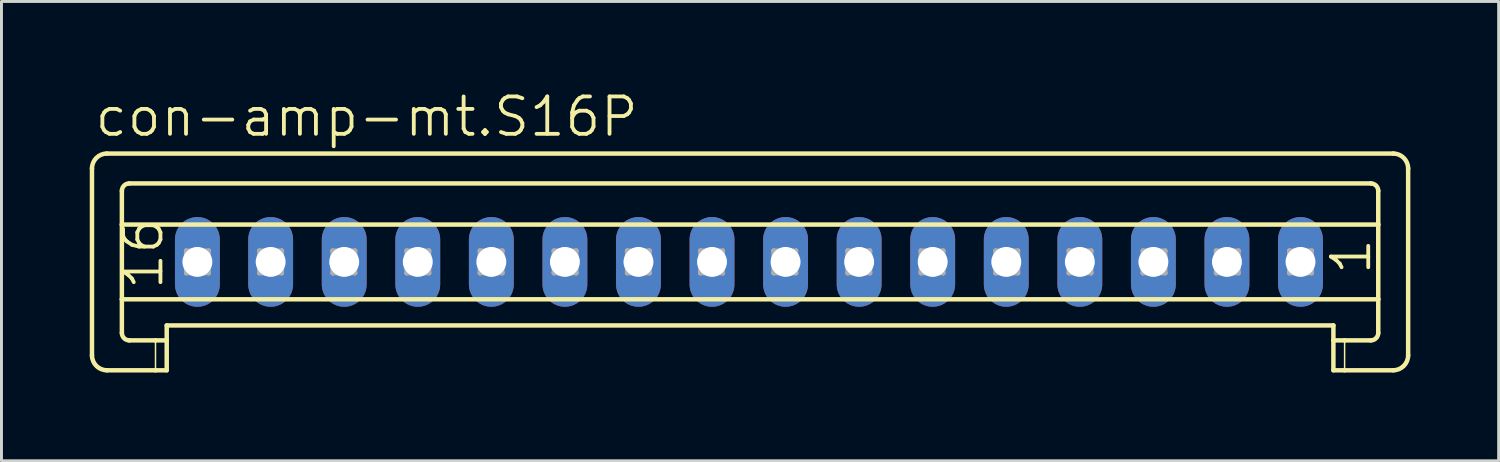
<source format=kicad_pcb>
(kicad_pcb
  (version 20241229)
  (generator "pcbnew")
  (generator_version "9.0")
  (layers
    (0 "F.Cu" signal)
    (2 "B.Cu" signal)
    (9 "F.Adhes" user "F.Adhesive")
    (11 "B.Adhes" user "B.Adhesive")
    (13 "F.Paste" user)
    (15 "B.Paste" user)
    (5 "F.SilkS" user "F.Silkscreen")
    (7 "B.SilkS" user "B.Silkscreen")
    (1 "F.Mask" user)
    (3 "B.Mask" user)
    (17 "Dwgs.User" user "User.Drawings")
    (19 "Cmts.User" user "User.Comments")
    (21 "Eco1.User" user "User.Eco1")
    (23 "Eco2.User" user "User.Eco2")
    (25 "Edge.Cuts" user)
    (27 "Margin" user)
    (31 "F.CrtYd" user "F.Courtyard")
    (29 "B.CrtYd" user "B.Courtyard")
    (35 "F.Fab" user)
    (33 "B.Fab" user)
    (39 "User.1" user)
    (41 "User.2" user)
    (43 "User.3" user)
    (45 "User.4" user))
  (footprint "con-amp-mt.S16P"
    (layer "F.Cu")
    (at 22.398 5.851)
    (property "Reference" "con-amp-mt.S16P" (at -22.296 -4.191 0) (layer "F.SilkS") (effects (font (size 1.27 1.27) (thickness 0.13)) (justify left bottom)))
    (attr through_hole)
    (fp_line (start -22.322 -3.175) (end -22.322 3.175) (stroke (width 0.152) (type default)) (layer "F.SilkS"))
    (fp_line (start -21.814 -3.683) (end 21.9 -3.683) (stroke (width 0.152) (type default)) (layer "F.SilkS"))
    (fp_line (start -21.306 -1.27) (end -21.306 -2.413) (stroke (width 0.152) (type default)) (layer "F.SilkS"))
    (fp_line (start -21.306 -1.27) (end 21.392 -1.27) (stroke (width 0.152) (type default)) (layer "F.SilkS"))
    (fp_line (start -21.306 1.27) (end -21.306 -1.27) (stroke (width 0.152) (type default)) (layer "F.SilkS"))
    (fp_line (start -21.306 1.27) (end 21.392 1.27) (stroke (width 0.152) (type default)) (layer "F.SilkS"))
    (fp_line (start -21.306 2.413) (end -21.306 1.27) (stroke (width 0.152) (type default)) (layer "F.SilkS"))
    (fp_line (start -21.052 -2.667) (end 21.138 -2.667) (stroke (width 0.152) (type default)) (layer "F.SilkS"))
    (fp_line (start -21.052 2.667) (end -20.163 2.667) (stroke (width 0.152) (type default)) (layer "F.SilkS"))
    (fp_line (start -20.163 2.667) (end -20.163 3.683) (stroke (width 0.051) (type default)) (layer "F.SilkS"))
    (fp_line (start -20.163 2.667) (end -19.782 2.667) (stroke (width 0.152) (type default)) (layer "F.SilkS"))
    (fp_line (start -20.163 3.683) (end -21.814 3.683) (stroke (width 0.152) (type default)) (layer "F.SilkS"))
    (fp_line (start -19.782 2.159) (end 19.868 2.159) (stroke (width 0.152) (type default)) (layer "F.SilkS"))
    (fp_line (start -19.782 2.667) (end -19.782 2.159) (stroke (width 0.152) (type default)) (layer "F.SilkS"))
    (fp_line (start -19.782 2.667) (end -19.782 3.683) (stroke (width 0.152) (type default)) (layer "F.SilkS"))
    (fp_line (start -19.782 3.683) (end -20.163 3.683) (stroke (width 0.152) (type default)) (layer "F.SilkS"))
    (fp_line (start 19.868 2.667) (end 19.868 2.159) (stroke (width 0.152) (type default)) (layer "F.SilkS"))
    (fp_line (start 19.868 2.667) (end 20.249 2.667) (stroke (width 0.152) (type default)) (layer "F.SilkS"))
    (fp_line (start 19.868 3.683) (end 19.868 2.667) (stroke (width 0.152) (type default)) (layer "F.SilkS"))
    (fp_line (start 20.249 2.667) (end 20.249 3.683) (stroke (width 0.051) (type default)) (layer "F.SilkS"))
    (fp_line (start 20.249 2.667) (end 21.138 2.667) (stroke (width 0.152) (type default)) (layer "F.SilkS"))
    (fp_line (start 20.249 3.683) (end 19.868 3.683) (stroke (width 0.152) (type default)) (layer "F.SilkS"))
    (fp_line (start 21.392 -1.27) (end 21.392 -2.413) (stroke (width 0.152) (type default)) (layer "F.SilkS"))
    (fp_line (start 21.392 1.27) (end 21.392 -1.27) (stroke (width 0.152) (type default)) (layer "F.SilkS"))
    (fp_line (start 21.392 2.413) (end 21.392 1.27) (stroke (width 0.152) (type default)) (layer "F.SilkS"))
    (fp_line (start 21.9 3.683) (end 20.249 3.683) (stroke (width 0.152) (type default)) (layer "F.SilkS"))
    (fp_line (start 22.408 -3.175) (end 22.408 3.175) (stroke (width 0.152) (type default)) (layer "F.SilkS"))
    (fp_arc (start -22.322 -3.175) (mid -22.17321 -3.53421) (end -21.814 -3.683) (stroke (width 0.1524) (type default)) (layer "F.SilkS"))
    (fp_arc (start -21.814 3.683) (mid -22.17321 3.53421) (end -22.322 3.175) (stroke (width 0.1524) (type default)) (layer "F.SilkS"))
    (fp_arc (start -21.306 -2.413) (mid -21.231605 -2.592605) (end -21.052 -2.667) (stroke (width 0.1524) (type default)) (layer "F.SilkS"))
    (fp_arc (start -21.052 2.667) (mid -21.231605 2.592605) (end -21.306 2.413) (stroke (width 0.1524) (type default)) (layer "F.SilkS"))
    (fp_arc (start 21.138 -2.667) (mid 21.317605 -2.592605) (end 21.392 -2.413) (stroke (width 0.1524) (type default)) (layer "F.SilkS"))
    (fp_arc (start 21.392 2.413) (mid 21.317605 2.592605) (end 21.138 2.667) (stroke (width 0.1524) (type default)) (layer "F.SilkS"))
    (fp_arc (start 21.9 -3.683) (mid 22.25921 -3.53421) (end 22.408 -3.175) (stroke (width 0.1524) (type default)) (layer "F.SilkS"))
    (fp_arc (start 22.408 3.175) (mid 22.25921 3.53421) (end 21.9 3.683) (stroke (width 0.1524) (type default)) (layer "F.SilkS"))
    (fp_line (start -19.121 -0.381) (end -19.121 0.381) (stroke (width 0.152) (type default)) (layer "F.Fab"))
    (fp_line (start -19.121 -0.381) (end -18.359 0.381) (stroke (width 0.152) (type default)) (layer "F.Fab"))
    (fp_line (start -19.121 0.381) (end -18.359 0.381) (stroke (width 0.152) (type default)) (layer "F.Fab"))
    (fp_line (start -18.359 -0.381) (end -19.121 -0.381) (stroke (width 0.152) (type default)) (layer "F.Fab"))
    (fp_line (start -18.359 -0.381) (end -19.121 0.381) (stroke (width 0.152) (type default)) (layer "F.Fab"))
    (fp_line (start -18.359 0.381) (end -18.359 -0.381) (stroke (width 0.152) (type default)) (layer "F.Fab"))
    (fp_line (start -16.632 -0.381) (end -16.632 0.381) (stroke (width 0.152) (type default)) (layer "F.Fab"))
    (fp_line (start -16.632 -0.381) (end -15.87 0.381) (stroke (width 0.152) (type default)) (layer "F.Fab"))
    (fp_line (start -16.632 0.381) (end -15.87 0.381) (stroke (width 0.152) (type default)) (layer "F.Fab"))
    (fp_line (start -15.87 -0.381) (end -16.632 -0.381) (stroke (width 0.152) (type default)) (layer "F.Fab"))
    (fp_line (start -15.87 -0.381) (end -16.632 0.381) (stroke (width 0.152) (type default)) (layer "F.Fab"))
    (fp_line (start -15.87 0.381) (end -15.87 -0.381) (stroke (width 0.152) (type default)) (layer "F.Fab"))
    (fp_line (start -14.143 -0.381) (end -14.143 0.381) (stroke (width 0.152) (type default)) (layer "F.Fab"))
    (fp_line (start -14.143 -0.381) (end -13.381 0.381) (stroke (width 0.152) (type default)) (layer "F.Fab"))
    (fp_line (start -14.143 0.381) (end -13.381 0.381) (stroke (width 0.152) (type default)) (layer "F.Fab"))
    (fp_line (start -13.381 -0.381) (end -14.143 -0.381) (stroke (width 0.152) (type default)) (layer "F.Fab"))
    (fp_line (start -13.381 -0.381) (end -14.143 0.381) (stroke (width 0.152) (type default)) (layer "F.Fab"))
    (fp_line (start -13.381 0.381) (end -13.381 -0.381) (stroke (width 0.152) (type default)) (layer "F.Fab"))
    (fp_line (start -11.628 -0.381) (end -11.628 0.381) (stroke (width 0.152) (type default)) (layer "F.Fab"))
    (fp_line (start -11.628 -0.381) (end -10.866 0.381) (stroke (width 0.152) (type default)) (layer "F.Fab"))
    (fp_line (start -11.628 0.381) (end -10.866 0.381) (stroke (width 0.152) (type default)) (layer "F.Fab"))
    (fp_line (start -10.866 -0.381) (end -11.628 -0.381) (stroke (width 0.152) (type default)) (layer "F.Fab"))
    (fp_line (start -10.866 -0.381) (end -11.628 0.381) (stroke (width 0.152) (type default)) (layer "F.Fab"))
    (fp_line (start -10.866 0.381) (end -10.866 -0.381) (stroke (width 0.152) (type default)) (layer "F.Fab"))
    (fp_line (start -9.139 -0.381) (end -9.139 0.381) (stroke (width 0.152) (type default)) (layer "F.Fab"))
    (fp_line (start -9.139 -0.381) (end -8.377 0.381) (stroke (width 0.152) (type default)) (layer "F.Fab"))
    (fp_line (start -9.139 0.381) (end -8.377 0.381) (stroke (width 0.152) (type default)) (layer "F.Fab"))
    (fp_line (start -8.377 -0.381) (end -9.139 -0.381) (stroke (width 0.152) (type default)) (layer "F.Fab"))
    (fp_line (start -8.377 -0.381) (end -9.139 0.381) (stroke (width 0.152) (type default)) (layer "F.Fab"))
    (fp_line (start -8.377 0.381) (end -8.377 -0.381) (stroke (width 0.152) (type default)) (layer "F.Fab"))
    (fp_line (start -6.625 -0.381) (end -6.625 0.381) (stroke (width 0.152) (type default)) (layer "F.Fab"))
    (fp_line (start -6.625 -0.381) (end -5.863 0.381) (stroke (width 0.152) (type default)) (layer "F.Fab"))
    (fp_line (start -6.625 0.381) (end -5.863 0.381) (stroke (width 0.152) (type default)) (layer "F.Fab"))
    (fp_line (start -5.863 -0.381) (end -6.625 -0.381) (stroke (width 0.152) (type default)) (layer "F.Fab"))
    (fp_line (start -5.863 -0.381) (end -6.625 0.381) (stroke (width 0.152) (type default)) (layer "F.Fab"))
    (fp_line (start -5.863 0.381) (end -5.863 -0.381) (stroke (width 0.152) (type default)) (layer "F.Fab"))
    (fp_line (start -4.135 -0.381) (end -4.135 0.381) (stroke (width 0.152) (type default)) (layer "F.Fab"))
    (fp_line (start -4.135 -0.381) (end -3.373 0.381) (stroke (width 0.152) (type default)) (layer "F.Fab"))
    (fp_line (start -4.135 0.381) (end -3.373 0.381) (stroke (width 0.152) (type default)) (layer "F.Fab"))
    (fp_line (start -3.373 -0.381) (end -4.135 -0.381) (stroke (width 0.152) (type default)) (layer "F.Fab"))
    (fp_line (start -3.373 -0.381) (end -4.135 0.381) (stroke (width 0.152) (type default)) (layer "F.Fab"))
    (fp_line (start -3.373 0.381) (end -3.373 -0.381) (stroke (width 0.152) (type default)) (layer "F.Fab"))
    (fp_line (start -1.646 -0.381) (end -1.646 0.381) (stroke (width 0.152) (type default)) (layer "F.Fab"))
    (fp_line (start -1.646 -0.381) (end -0.884 0.381) (stroke (width 0.152) (type default)) (layer "F.Fab"))
    (fp_line (start -1.646 0.381) (end -0.884 0.381) (stroke (width 0.152) (type default)) (layer "F.Fab"))
    (fp_line (start -0.884 -0.381) (end -1.646 -0.381) (stroke (width 0.152) (type default)) (layer "F.Fab"))
    (fp_line (start -0.884 -0.381) (end -1.646 0.381) (stroke (width 0.152) (type default)) (layer "F.Fab"))
    (fp_line (start -0.884 0.381) (end -0.884 -0.381) (stroke (width 0.152) (type default)) (layer "F.Fab"))
    (fp_line (start 0.843 -0.381) (end 0.843 0.381) (stroke (width 0.152) (type default)) (layer "F.Fab"))
    (fp_line (start 0.843 -0.381) (end 1.605 0.381) (stroke (width 0.152) (type default)) (layer "F.Fab"))
    (fp_line (start 0.843 0.381) (end 1.605 0.381) (stroke (width 0.152) (type default)) (layer "F.Fab"))
    (fp_line (start 1.605 -0.381) (end 0.843 -0.381) (stroke (width 0.152) (type default)) (layer "F.Fab"))
    (fp_line (start 1.605 -0.381) (end 0.843 0.381) (stroke (width 0.152) (type default)) (layer "F.Fab"))
    (fp_line (start 1.605 0.381) (end 1.605 -0.381) (stroke (width 0.152) (type default)) (layer "F.Fab"))
    (fp_line (start 3.358 -0.381) (end 3.358 0.381) (stroke (width 0.152) (type default)) (layer "F.Fab"))
    (fp_line (start 3.358 -0.381) (end 4.12 0.381) (stroke (width 0.152) (type default)) (layer "F.Fab"))
    (fp_line (start 3.358 0.381) (end 4.12 0.381) (stroke (width 0.152) (type default)) (layer "F.Fab"))
    (fp_line (start 4.12 -0.381) (end 3.358 -0.381) (stroke (width 0.152) (type default)) (layer "F.Fab"))
    (fp_line (start 4.12 -0.381) (end 3.358 0.381) (stroke (width 0.152) (type default)) (layer "F.Fab"))
    (fp_line (start 4.12 0.381) (end 4.12 -0.381) (stroke (width 0.152) (type default)) (layer "F.Fab"))
    (fp_line (start 5.847 -0.381) (end 5.847 0.381) (stroke (width 0.152) (type default)) (layer "F.Fab"))
    (fp_line (start 5.847 -0.381) (end 6.609 0.381) (stroke (width 0.152) (type default)) (layer "F.Fab"))
    (fp_line (start 5.847 0.381) (end 6.609 0.381) (stroke (width 0.152) (type default)) (layer "F.Fab"))
    (fp_line (start 6.609 -0.381) (end 5.847 -0.381) (stroke (width 0.152) (type default)) (layer "F.Fab"))
    (fp_line (start 6.609 -0.381) (end 5.847 0.381) (stroke (width 0.152) (type default)) (layer "F.Fab"))
    (fp_line (start 6.609 0.381) (end 6.609 -0.381) (stroke (width 0.152) (type default)) (layer "F.Fab"))
    (fp_line (start 8.387 -0.381) (end 8.387 0.381) (stroke (width 0.152) (type default)) (layer "F.Fab"))
    (fp_line (start 8.387 -0.381) (end 9.149 0.381) (stroke (width 0.152) (type default)) (layer "F.Fab"))
    (fp_line (start 8.387 0.381) (end 9.149 0.381) (stroke (width 0.152) (type default)) (layer "F.Fab"))
    (fp_line (start 9.149 -0.381) (end 8.387 -0.381) (stroke (width 0.152) (type default)) (layer "F.Fab"))
    (fp_line (start 9.149 -0.381) (end 8.387 0.381) (stroke (width 0.152) (type default)) (layer "F.Fab"))
    (fp_line (start 9.149 0.381) (end 9.149 -0.381) (stroke (width 0.152) (type default)) (layer "F.Fab"))
    (fp_line (start 10.876 -0.381) (end 10.876 0.381) (stroke (width 0.152) (type default)) (layer "F.Fab"))
    (fp_line (start 10.876 -0.381) (end 11.638 0.381) (stroke (width 0.152) (type default)) (layer "F.Fab"))
    (fp_line (start 10.876 0.381) (end 11.638 0.381) (stroke (width 0.152) (type default)) (layer "F.Fab"))
    (fp_line (start 11.638 -0.381) (end 10.876 -0.381) (stroke (width 0.152) (type default)) (layer "F.Fab"))
    (fp_line (start 11.638 -0.381) (end 10.876 0.381) (stroke (width 0.152) (type default)) (layer "F.Fab"))
    (fp_line (start 11.638 0.381) (end 11.638 -0.381) (stroke (width 0.152) (type default)) (layer "F.Fab"))
    (fp_line (start 13.391 -0.381) (end 13.391 0.381) (stroke (width 0.152) (type default)) (layer "F.Fab"))
    (fp_line (start 13.391 -0.381) (end 14.153 0.381) (stroke (width 0.152) (type default)) (layer "F.Fab"))
    (fp_line (start 13.391 0.381) (end 14.153 0.381) (stroke (width 0.152) (type default)) (layer "F.Fab"))
    (fp_line (start 14.153 -0.381) (end 13.391 -0.381) (stroke (width 0.152) (type default)) (layer "F.Fab"))
    (fp_line (start 14.153 -0.381) (end 13.391 0.381) (stroke (width 0.152) (type default)) (layer "F.Fab"))
    (fp_line (start 14.153 0.381) (end 14.153 -0.381) (stroke (width 0.152) (type default)) (layer "F.Fab"))
    (fp_line (start 15.88 -0.381) (end 15.88 0.381) (stroke (width 0.152) (type default)) (layer "F.Fab"))
    (fp_line (start 15.88 -0.381) (end 16.642 0.381) (stroke (width 0.152) (type default)) (layer "F.Fab"))
    (fp_line (start 15.88 0.381) (end 16.642 0.381) (stroke (width 0.152) (type default)) (layer "F.Fab"))
    (fp_line (start 16.642 -0.381) (end 15.88 -0.381) (stroke (width 0.152) (type default)) (layer "F.Fab"))
    (fp_line (start 16.642 -0.381) (end 15.88 0.381) (stroke (width 0.152) (type default)) (layer "F.Fab"))
    (fp_line (start 16.642 0.381) (end 16.642 -0.381) (stroke (width 0.152) (type default)) (layer "F.Fab"))
    (fp_line (start 18.369 -0.381) (end 18.369 0.381) (stroke (width 0.152) (type default)) (layer "F.Fab"))
    (fp_line (start 18.369 -0.381) (end 19.131 0.381) (stroke (width 0.152) (type default)) (layer "F.Fab"))
    (fp_line (start 18.369 0.381) (end 19.131 0.381) (stroke (width 0.152) (type default)) (layer "F.Fab"))
    (fp_line (start 19.131 -0.381) (end 18.369 -0.381) (stroke (width 0.152) (type default)) (layer "F.Fab"))
    (fp_line (start 19.131 -0.381) (end 18.369 0.381) (stroke (width 0.152) (type default)) (layer "F.Fab"))
    (fp_line (start 19.131 0.381) (end 19.131 -0.381) (stroke (width 0.152) (type default)) (layer "F.Fab"))
    (fp_text user "16" (at -19.833 1.016 90) (layer "F.SilkS") (effects (font (size 1.27 1.27) (thickness 0.13)) (justify left bottom)))
    (fp_text user "1" (at 21.214 0.508 90) (layer "F.SilkS") (effects (font (size 1.27 1.27) (thickness 0.13)) (justify left bottom)))
    (pad "1" thru_hole oval (at 18.75 0 90) (size 3.048 1.524) (drill 1.016) (layers "*.Cu" "*.Mask"))
    (pad "2" thru_hole oval (at 16.25 0 90) (size 3.048 1.524) (drill 1.016) (layers "*.Cu" "*.Mask"))
    (pad "3" thru_hole oval (at 13.75 0 90) (size 3.048 1.524) (drill 1.016) (layers "*.Cu" "*.Mask"))
    (pad "4" thru_hole oval (at 11.25 0 90) (size 3.048 1.524) (drill 1.016) (layers "*.Cu" "*.Mask"))
    (pad "5" thru_hole oval (at 8.75 0 90) (size 3.048 1.524) (drill 1.016) (layers "*.Cu" "*.Mask"))
    (pad "6" thru_hole oval (at 6.25 0 90) (size 3.048 1.524) (drill 1.016) (layers "*.Cu" "*.Mask"))
    (pad "7" thru_hole oval (at 3.75 0 90) (size 3.048 1.524) (drill 1.016) (layers "*.Cu" "*.Mask"))
    (pad "8" thru_hole oval (at 1.25 0 90) (size 3.048 1.524) (drill 1.016) (layers "*.Cu" "*.Mask"))
    (pad "9" thru_hole oval (at -1.25 0 90) (size 3.048 1.524) (drill 1.016) (layers "*.Cu" "*.Mask"))
    (pad "10" thru_hole oval (at -3.75 0 90) (size 3.048 1.524) (drill 1.016) (layers "*.Cu" "*.Mask"))
    (pad "11" thru_hole oval (at -6.25 0 90) (size 3.048 1.524) (drill 1.016) (layers "*.Cu" "*.Mask"))
    (pad "12" thru_hole oval (at -8.75 0 90) (size 3.048 1.524) (drill 1.016) (layers "*.Cu" "*.Mask"))
    (pad "13" thru_hole oval (at -11.25 0 90) (size 3.048 1.524) (drill 1.016) (layers "*.Cu" "*.Mask"))
    (pad "14" thru_hole oval (at -13.75 0 90) (size 3.048 1.524) (drill 1.016) (layers "*.Cu" "*.Mask"))
    (pad "15" thru_hole oval (at -16.25 0 90) (size 3.048 1.524) (drill 1.016) (layers "*.Cu" "*.Mask"))
    (pad "16" thru_hole oval (at -18.74 0 90) (size 3.048 1.524) (drill 1.016) (layers "*.Cu" "*.Mask")))
  (gr_rect
    (start -3 -3)
    (end 47.882 12.61)
    (stroke (width 0.1) (type default))
    (fill no)
    (layer "Edge.Cuts")))
</source>
